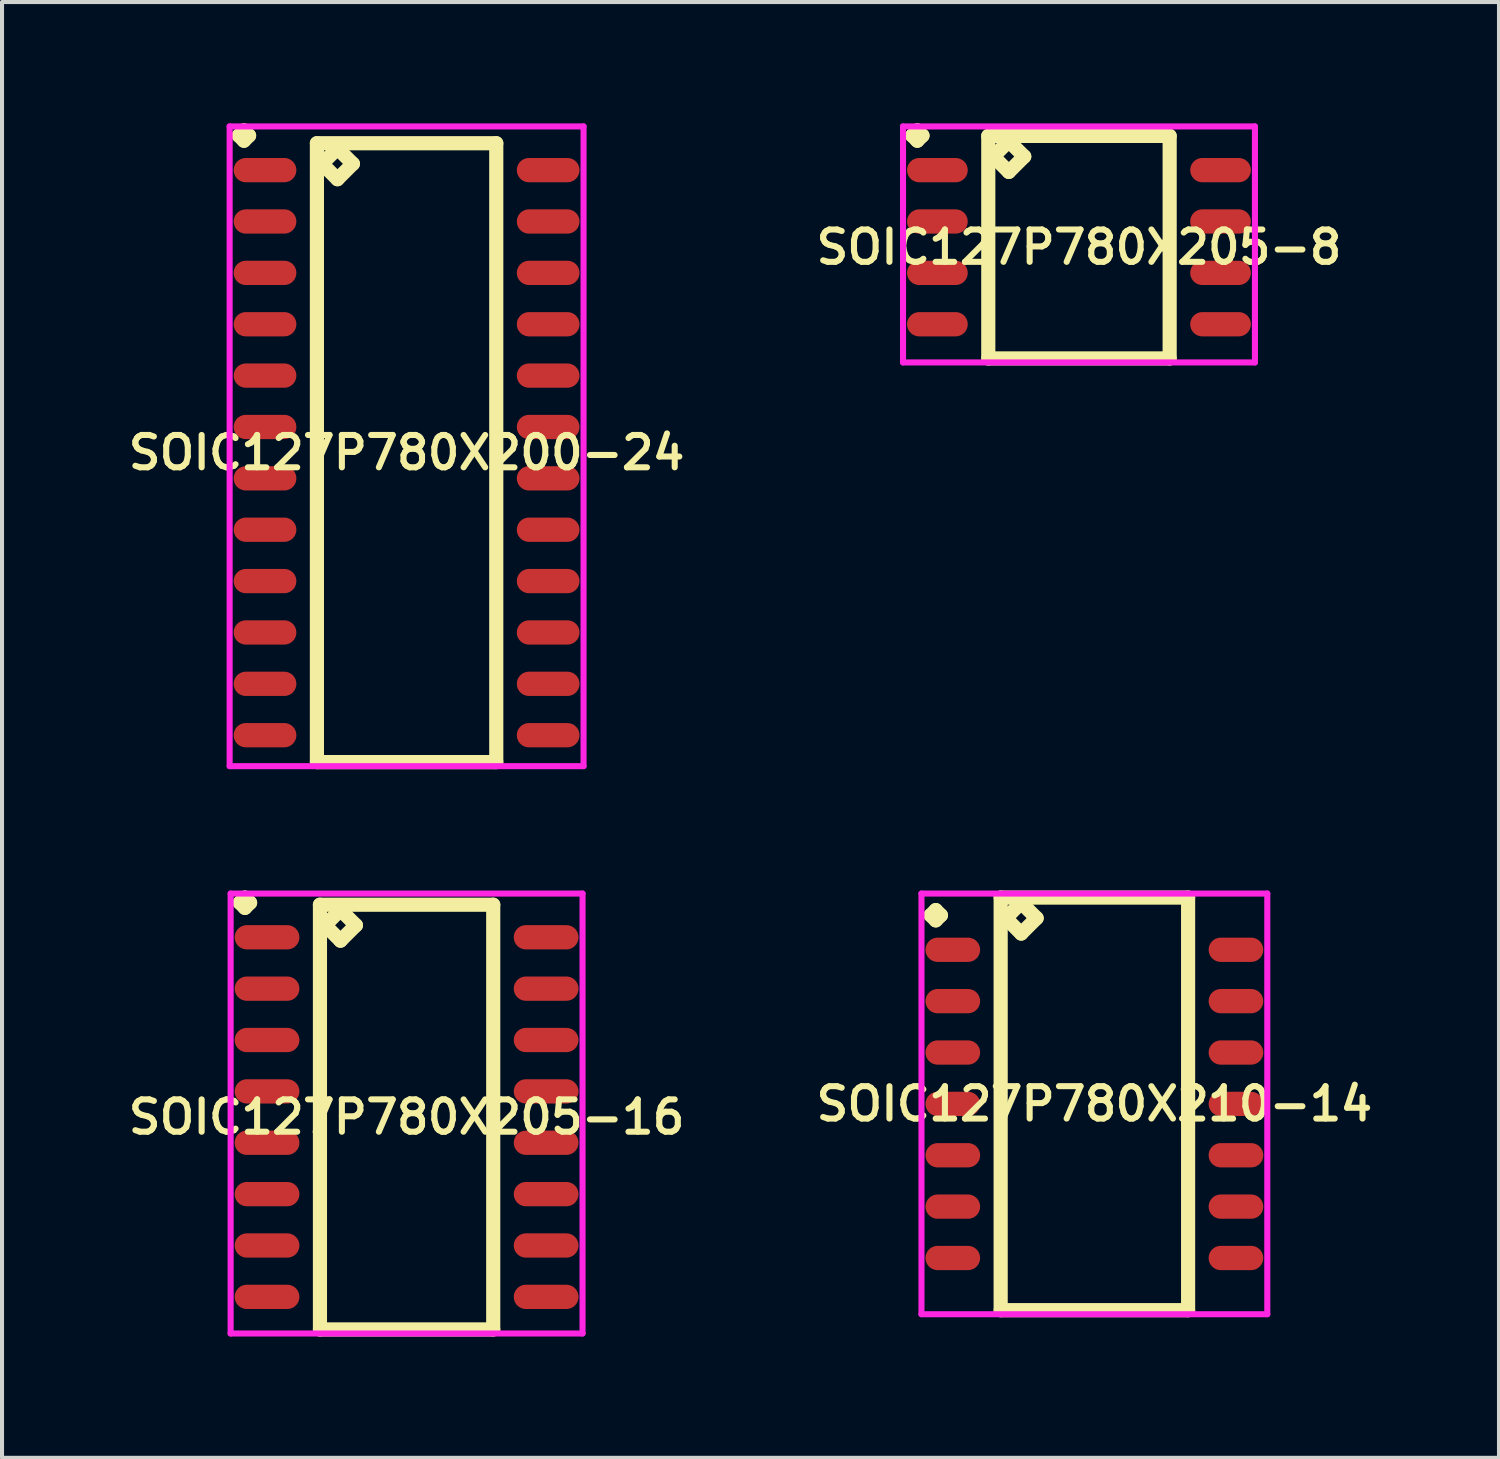
<source format=kicad_pcb>
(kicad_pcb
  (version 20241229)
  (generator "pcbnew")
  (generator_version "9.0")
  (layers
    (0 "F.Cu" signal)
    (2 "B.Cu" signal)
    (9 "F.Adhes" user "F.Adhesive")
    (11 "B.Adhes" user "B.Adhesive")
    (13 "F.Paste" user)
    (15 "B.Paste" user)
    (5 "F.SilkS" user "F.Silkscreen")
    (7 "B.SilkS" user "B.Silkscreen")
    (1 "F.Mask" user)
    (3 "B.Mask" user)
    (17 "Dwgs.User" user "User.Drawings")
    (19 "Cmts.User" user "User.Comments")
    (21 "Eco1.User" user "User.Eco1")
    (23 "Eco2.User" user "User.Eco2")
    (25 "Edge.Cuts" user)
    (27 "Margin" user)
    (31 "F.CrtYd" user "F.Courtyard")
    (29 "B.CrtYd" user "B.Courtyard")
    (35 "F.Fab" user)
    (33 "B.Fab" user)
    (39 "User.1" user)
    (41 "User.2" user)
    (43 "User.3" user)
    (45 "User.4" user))
  (footprint "SOIC127P780X210-14"
    (layer "F.Cu")
    (at 24.006 24.241)
    (property "Reference" "SOIC127P780X210-14" (at 0 0 0) (layer "F.SilkS") (effects (font (size 0.8 0.8) (thickness 0.15))))
    (attr smd)
    (fp_line (start -4.048 -4.664) (end -3.921 -4.791) (stroke (width 0.35) (type solid)) (layer "F.SilkS"))
    (fp_line (start -3.921 -4.791) (end -3.794 -4.664) (stroke (width 0.35) (type solid)) (layer "F.SilkS"))
    (fp_line (start -3.921 -4.537) (end -4.048 -4.664) (stroke (width 0.35) (type solid)) (layer "F.SilkS"))
    (fp_line (start -3.794 -4.664) (end -3.921 -4.537) (stroke (width 0.35) (type solid)) (layer "F.SilkS"))
    (fp_line (start -2.317 -5.1) (end -2.317 5.1) (stroke (width 0.35) (type solid)) (layer "F.SilkS"))
    (fp_line (start -2.317 5.1) (end 2.317 5.1) (stroke (width 0.35) (type solid)) (layer "F.SilkS"))
    (fp_line (start -2.19 -4.592) (end -1.809 -4.973) (stroke (width 0.35) (type solid)) (layer "F.SilkS"))
    (fp_line (start -1.809 -4.973) (end -1.428 -4.592) (stroke (width 0.35) (type solid)) (layer "F.SilkS"))
    (fp_line (start -1.809 -4.211) (end -2.19 -4.592) (stroke (width 0.35) (type solid)) (layer "F.SilkS"))
    (fp_line (start -1.428 -4.592) (end -1.809 -4.211) (stroke (width 0.35) (type solid)) (layer "F.SilkS"))
    (fp_line (start 2.317 -5.1) (end -2.317 -5.1) (stroke (width 0.35) (type solid)) (layer "F.SilkS"))
    (fp_line (start 2.317 5.1) (end 2.317 -5.1) (stroke (width 0.35) (type solid)) (layer "F.SilkS"))
    (fp_line (start -4.275 -5.2) (end 4.275 -5.2) (stroke (width 0.15) (type solid)) (layer "F.CrtYd"))
    (fp_line (start -4.275 5.2) (end -4.275 -5.2) (stroke (width 0.15) (type solid)) (layer "F.CrtYd"))
    (fp_line (start 4.275 -5.2) (end 4.275 5.2) (stroke (width 0.15) (type solid)) (layer "F.CrtYd"))
    (fp_line (start 4.275 5.2) (end -4.275 5.2) (stroke (width 0.15) (type solid)) (layer "F.CrtYd"))
    (pad "1" smd oval (at -3.5 -3.81) (size 1.35 0.6) (layers "F.Cu" "F.Mask" "F.Paste"))
    (pad "2" smd oval (at -3.5 -2.54) (size 1.35 0.6) (layers "F.Cu" "F.Mask" "F.Paste"))
    (pad "3" smd oval (at -3.5 -1.27) (size 1.35 0.6) (layers "F.Cu" "F.Mask" "F.Paste"))
    (pad "4" smd oval (at -3.5 0) (size 1.35 0.6) (layers "F.Cu" "F.Mask" "F.Paste"))
    (pad "5" smd oval (at -3.5 1.27) (size 1.35 0.6) (layers "F.Cu" "F.Mask" "F.Paste"))
    (pad "6" smd oval (at -3.5 2.54) (size 1.35 0.6) (layers "F.Cu" "F.Mask" "F.Paste"))
    (pad "7" smd oval (at -3.5 3.81) (size 1.35 0.6) (layers "F.Cu" "F.Mask" "F.Paste"))
    (pad "8" smd oval (at 3.5 3.81) (size 1.35 0.6) (layers "F.Cu" "F.Mask" "F.Paste"))
    (pad "9" smd oval (at 3.5 2.54) (size 1.35 0.6) (layers "F.Cu" "F.Mask" "F.Paste"))
    (pad "10" smd oval (at 3.5 1.27) (size 1.35 0.6) (layers "F.Cu" "F.Mask" "F.Paste"))
    (pad "11" smd oval (at 3.5 0) (size 1.35 0.6) (layers "F.Cu" "F.Mask" "F.Paste"))
    (pad "12" smd oval (at 3.5 -1.27) (size 1.35 0.6) (layers "F.Cu" "F.Mask" "F.Paste"))
    (pad "13" smd oval (at 3.5 -2.54) (size 1.35 0.6) (layers "F.Cu" "F.Mask" "F.Paste"))
    (pad "14" smd oval (at 3.5 -3.81) (size 1.35 0.6) (layers "F.Cu" "F.Mask" "F.Paste")))
  (footprint "SOIC127P780X200-24"
    (layer "F.Cu")
    (at 7.002 8.141)
    (property "Reference" "SOIC127P780X200-24" (at 0 0 0) (layer "F.SilkS") (effects (font (size 0.8 0.8) (thickness 0.15))))
    (attr smd)
    (fp_line (start -4.148 -7.839) (end -4.021 -7.966) (stroke (width 0.35) (type solid)) (layer "F.SilkS"))
    (fp_line (start -4.021 -7.966) (end -3.894 -7.839) (stroke (width 0.35) (type solid)) (layer "F.SilkS"))
    (fp_line (start -4.021 -7.712) (end -4.148 -7.839) (stroke (width 0.35) (type solid)) (layer "F.SilkS"))
    (fp_line (start -3.894 -7.839) (end -4.021 -7.712) (stroke (width 0.35) (type solid)) (layer "F.SilkS"))
    (fp_line (start -2.217 -7.65) (end -2.217 7.65) (stroke (width 0.35) (type solid)) (layer "F.SilkS"))
    (fp_line (start -2.217 7.65) (end 2.217 7.65) (stroke (width 0.35) (type solid)) (layer "F.SilkS"))
    (fp_line (start -2.09 -7.142) (end -1.709 -7.523) (stroke (width 0.35) (type solid)) (layer "F.SilkS"))
    (fp_line (start -1.709 -7.523) (end -1.328 -7.142) (stroke (width 0.35) (type solid)) (layer "F.SilkS"))
    (fp_line (start -1.709 -6.761) (end -2.09 -7.142) (stroke (width 0.35) (type solid)) (layer "F.SilkS"))
    (fp_line (start -1.328 -7.142) (end -1.709 -6.761) (stroke (width 0.35) (type solid)) (layer "F.SilkS"))
    (fp_line (start 2.217 -7.65) (end -2.217 -7.65) (stroke (width 0.35) (type solid)) (layer "F.SilkS"))
    (fp_line (start 2.217 7.65) (end 2.217 -7.65) (stroke (width 0.35) (type solid)) (layer "F.SilkS"))
    (fp_line (start -4.375 -8.066) (end 4.375 -8.066) (stroke (width 0.15) (type solid)) (layer "F.CrtYd"))
    (fp_line (start -4.375 7.75) (end -4.375 -8.066) (stroke (width 0.15) (type solid)) (layer "F.CrtYd"))
    (fp_line (start 4.375 -8.066) (end 4.375 7.75) (stroke (width 0.15) (type solid)) (layer "F.CrtYd"))
    (fp_line (start 4.375 7.75) (end -4.375 7.75) (stroke (width 0.15) (type solid)) (layer "F.CrtYd"))
    (pad "1" smd oval (at -3.5 -6.985) (size 1.55 0.6) (layers "F.Cu" "F.Mask" "F.Paste"))
    (pad "2" smd oval (at -3.5 -5.715) (size 1.55 0.6) (layers "F.Cu" "F.Mask" "F.Paste"))
    (pad "3" smd oval (at -3.5 -4.445) (size 1.55 0.6) (layers "F.Cu" "F.Mask" "F.Paste"))
    (pad "4" smd oval (at -3.5 -3.175) (size 1.55 0.6) (layers "F.Cu" "F.Mask" "F.Paste"))
    (pad "5" smd oval (at -3.5 -1.905) (size 1.55 0.6) (layers "F.Cu" "F.Mask" "F.Paste"))
    (pad "6" smd oval (at -3.5 -0.635) (size 1.55 0.6) (layers "F.Cu" "F.Mask" "F.Paste"))
    (pad "7" smd oval (at -3.5 0.635) (size 1.55 0.6) (layers "F.Cu" "F.Mask" "F.Paste"))
    (pad "8" smd oval (at -3.5 1.905) (size 1.55 0.6) (layers "F.Cu" "F.Mask" "F.Paste"))
    (pad "9" smd oval (at -3.5 3.175) (size 1.55 0.6) (layers "F.Cu" "F.Mask" "F.Paste"))
    (pad "10" smd oval (at -3.5 4.445) (size 1.55 0.6) (layers "F.Cu" "F.Mask" "F.Paste"))
    (pad "11" smd oval (at -3.5 5.715) (size 1.55 0.6) (layers "F.Cu" "F.Mask" "F.Paste"))
    (pad "12" smd oval (at -3.5 6.985) (size 1.55 0.6) (layers "F.Cu" "F.Mask" "F.Paste"))
    (pad "13" smd oval (at 3.5 6.985) (size 1.55 0.6) (layers "F.Cu" "F.Mask" "F.Paste"))
    (pad "14" smd oval (at 3.5 5.715) (size 1.55 0.6) (layers "F.Cu" "F.Mask" "F.Paste"))
    (pad "15" smd oval (at 3.5 4.445) (size 1.55 0.6) (layers "F.Cu" "F.Mask" "F.Paste"))
    (pad "16" smd oval (at 3.5 3.175) (size 1.55 0.6) (layers "F.Cu" "F.Mask" "F.Paste"))
    (pad "17" smd oval (at 3.5 1.905) (size 1.55 0.6) (layers "F.Cu" "F.Mask" "F.Paste"))
    (pad "18" smd oval (at 3.5 0.635) (size 1.55 0.6) (layers "F.Cu" "F.Mask" "F.Paste"))
    (pad "19" smd oval (at 3.5 -0.635) (size 1.55 0.6) (layers "F.Cu" "F.Mask" "F.Paste"))
    (pad "20" smd oval (at 3.5 -1.905) (size 1.55 0.6) (layers "F.Cu" "F.Mask" "F.Paste"))
    (pad "21" smd oval (at 3.5 -3.175) (size 1.55 0.6) (layers "F.Cu" "F.Mask" "F.Paste"))
    (pad "22" smd oval (at 3.5 -4.445) (size 1.55 0.6) (layers "F.Cu" "F.Mask" "F.Paste"))
    (pad "23" smd oval (at 3.5 -5.715) (size 1.55 0.6) (layers "F.Cu" "F.Mask" "F.Paste"))
    (pad "24" smd oval (at 3.5 -6.985) (size 1.55 0.6) (layers "F.Cu" "F.Mask" "F.Paste")))
  (footprint "SOIC127P780X205-16"
    (layer "F.Cu")
    (at 7.002 24.567)
    (property "Reference" "SOIC127P780X205-16" (at 0 0 0) (layer "F.SilkS") (effects (font (size 0.8 0.8) (thickness 0.15))))
    (attr smd)
    (fp_line (start -4.123 -5.299) (end -3.996 -5.426) (stroke (width 0.35) (type solid)) (layer "F.SilkS"))
    (fp_line (start -3.996 -5.426) (end -3.869 -5.299) (stroke (width 0.35) (type solid)) (layer "F.SilkS"))
    (fp_line (start -3.996 -5.172) (end -4.123 -5.299) (stroke (width 0.35) (type solid)) (layer "F.SilkS"))
    (fp_line (start -3.869 -5.299) (end -3.996 -5.172) (stroke (width 0.35) (type solid)) (layer "F.SilkS"))
    (fp_line (start -2.142 -5.25) (end -2.142 5.25) (stroke (width 0.35) (type solid)) (layer "F.SilkS"))
    (fp_line (start -2.142 5.25) (end 2.142 5.25) (stroke (width 0.35) (type solid)) (layer "F.SilkS"))
    (fp_line (start -2.015 -4.742) (end -1.634 -5.123) (stroke (width 0.35) (type solid)) (layer "F.SilkS"))
    (fp_line (start -1.634 -5.123) (end -1.253 -4.742) (stroke (width 0.35) (type solid)) (layer "F.SilkS"))
    (fp_line (start -1.634 -4.361) (end -2.015 -4.742) (stroke (width 0.35) (type solid)) (layer "F.SilkS"))
    (fp_line (start -1.253 -4.742) (end -1.634 -4.361) (stroke (width 0.35) (type solid)) (layer "F.SilkS"))
    (fp_line (start 2.142 -5.25) (end -2.142 -5.25) (stroke (width 0.35) (type solid)) (layer "F.SilkS"))
    (fp_line (start 2.142 5.25) (end 2.142 -5.25) (stroke (width 0.35) (type solid)) (layer "F.SilkS"))
    (fp_line (start -4.35 -5.526) (end 4.35 -5.526) (stroke (width 0.15) (type solid)) (layer "F.CrtYd"))
    (fp_line (start -4.35 5.35) (end -4.35 -5.526) (stroke (width 0.15) (type solid)) (layer "F.CrtYd"))
    (fp_line (start 4.35 -5.526) (end 4.35 5.35) (stroke (width 0.15) (type solid)) (layer "F.CrtYd"))
    (fp_line (start 4.35 5.35) (end -4.35 5.35) (stroke (width 0.15) (type solid)) (layer "F.CrtYd"))
    (pad "1" smd oval (at -3.45 -4.445) (size 1.6 0.6) (layers "F.Cu" "F.Mask" "F.Paste"))
    (pad "2" smd oval (at -3.45 -3.175) (size 1.6 0.6) (layers "F.Cu" "F.Mask" "F.Paste"))
    (pad "3" smd oval (at -3.45 -1.905) (size 1.6 0.6) (layers "F.Cu" "F.Mask" "F.Paste"))
    (pad "4" smd oval (at -3.45 -0.635) (size 1.6 0.6) (layers "F.Cu" "F.Mask" "F.Paste"))
    (pad "5" smd oval (at -3.45 0.635) (size 1.6 0.6) (layers "F.Cu" "F.Mask" "F.Paste"))
    (pad "6" smd oval (at -3.45 1.905) (size 1.6 0.6) (layers "F.Cu" "F.Mask" "F.Paste"))
    (pad "7" smd oval (at -3.45 3.175) (size 1.6 0.6) (layers "F.Cu" "F.Mask" "F.Paste"))
    (pad "8" smd oval (at -3.45 4.445) (size 1.6 0.6) (layers "F.Cu" "F.Mask" "F.Paste"))
    (pad "9" smd oval (at 3.45 4.445) (size 1.6 0.6) (layers "F.Cu" "F.Mask" "F.Paste"))
    (pad "10" smd oval (at 3.45 3.175) (size 1.6 0.6) (layers "F.Cu" "F.Mask" "F.Paste"))
    (pad "11" smd oval (at 3.45 1.905) (size 1.6 0.6) (layers "F.Cu" "F.Mask" "F.Paste"))
    (pad "12" smd oval (at 3.45 0.635) (size 1.6 0.6) (layers "F.Cu" "F.Mask" "F.Paste"))
    (pad "13" smd oval (at 3.45 -0.635) (size 1.6 0.6) (layers "F.Cu" "F.Mask" "F.Paste"))
    (pad "14" smd oval (at 3.45 -1.905) (size 1.6 0.6) (layers "F.Cu" "F.Mask" "F.Paste"))
    (pad "15" smd oval (at 3.45 -3.175) (size 1.6 0.6) (layers "F.Cu" "F.Mask" "F.Paste"))
    (pad "16" smd oval (at 3.45 -4.445) (size 1.6 0.6) (layers "F.Cu" "F.Mask" "F.Paste")))
  (footprint "SOIC127P780X205-8"
    (layer "F.Cu")
    (at 23.625 3.061)
    (property "Reference" "SOIC127P780X205-8" (at 0 0 0) (layer "F.SilkS") (effects (font (size 0.8 0.8) (thickness 0.15))))
    (attr smd)
    (fp_line (start -4.123 -2.759) (end -3.996 -2.886) (stroke (width 0.35) (type solid)) (layer "F.SilkS"))
    (fp_line (start -3.996 -2.886) (end -3.869 -2.759) (stroke (width 0.35) (type solid)) (layer "F.SilkS"))
    (fp_line (start -3.996 -2.632) (end -4.123 -2.759) (stroke (width 0.35) (type solid)) (layer "F.SilkS"))
    (fp_line (start -3.869 -2.759) (end -3.996 -2.632) (stroke (width 0.35) (type solid)) (layer "F.SilkS"))
    (fp_line (start -2.242 -2.75) (end -2.242 2.75) (stroke (width 0.35) (type solid)) (layer "F.SilkS"))
    (fp_line (start -2.242 2.75) (end 2.242 2.75) (stroke (width 0.35) (type solid)) (layer "F.SilkS"))
    (fp_line (start -2.115 -2.242) (end -1.734 -2.623) (stroke (width 0.35) (type solid)) (layer "F.SilkS"))
    (fp_line (start -1.734 -2.623) (end -1.353 -2.242) (stroke (width 0.35) (type solid)) (layer "F.SilkS"))
    (fp_line (start -1.734 -1.861) (end -2.115 -2.242) (stroke (width 0.35) (type solid)) (layer "F.SilkS"))
    (fp_line (start -1.353 -2.242) (end -1.734 -1.861) (stroke (width 0.35) (type solid)) (layer "F.SilkS"))
    (fp_line (start 2.242 -2.75) (end -2.242 -2.75) (stroke (width 0.35) (type solid)) (layer "F.SilkS"))
    (fp_line (start 2.242 2.75) (end 2.242 -2.75) (stroke (width 0.35) (type solid)) (layer "F.SilkS"))
    (fp_line (start -4.35 -2.986) (end 4.35 -2.986) (stroke (width 0.15) (type solid)) (layer "F.CrtYd"))
    (fp_line (start -4.35 2.85) (end -4.35 -2.986) (stroke (width 0.15) (type solid)) (layer "F.CrtYd"))
    (fp_line (start 4.35 -2.986) (end 4.35 2.85) (stroke (width 0.15) (type solid)) (layer "F.CrtYd"))
    (fp_line (start 4.35 2.85) (end -4.35 2.85) (stroke (width 0.15) (type solid)) (layer "F.CrtYd"))
    (pad "1" smd oval (at -3.5 -1.905) (size 1.5 0.6) (layers "F.Cu" "F.Mask" "F.Paste"))
    (pad "2" smd oval (at -3.5 -0.635) (size 1.5 0.6) (layers "F.Cu" "F.Mask" "F.Paste"))
    (pad "3" smd oval (at -3.5 0.635) (size 1.5 0.6) (layers "F.Cu" "F.Mask" "F.Paste"))
    (pad "4" smd oval (at -3.5 1.905) (size 1.5 0.6) (layers "F.Cu" "F.Mask" "F.Paste"))
    (pad "5" smd oval (at 3.5 1.905) (size 1.5 0.6) (layers "F.Cu" "F.Mask" "F.Paste"))
    (pad "6" smd oval (at 3.5 0.635) (size 1.5 0.6) (layers "F.Cu" "F.Mask" "F.Paste"))
    (pad "7" smd oval (at 3.5 -0.635) (size 1.5 0.6) (layers "F.Cu" "F.Mask" "F.Paste"))
    (pad "8" smd oval (at 3.5 -1.905) (size 1.5 0.6) (layers "F.Cu" "F.Mask" "F.Paste")))
  (gr_rect
    (start -3 -3)
    (end 34.009 32.992)
    (stroke (width 0.1) (type default))
    (fill no)
    (layer "Edge.Cuts")))
</source>
